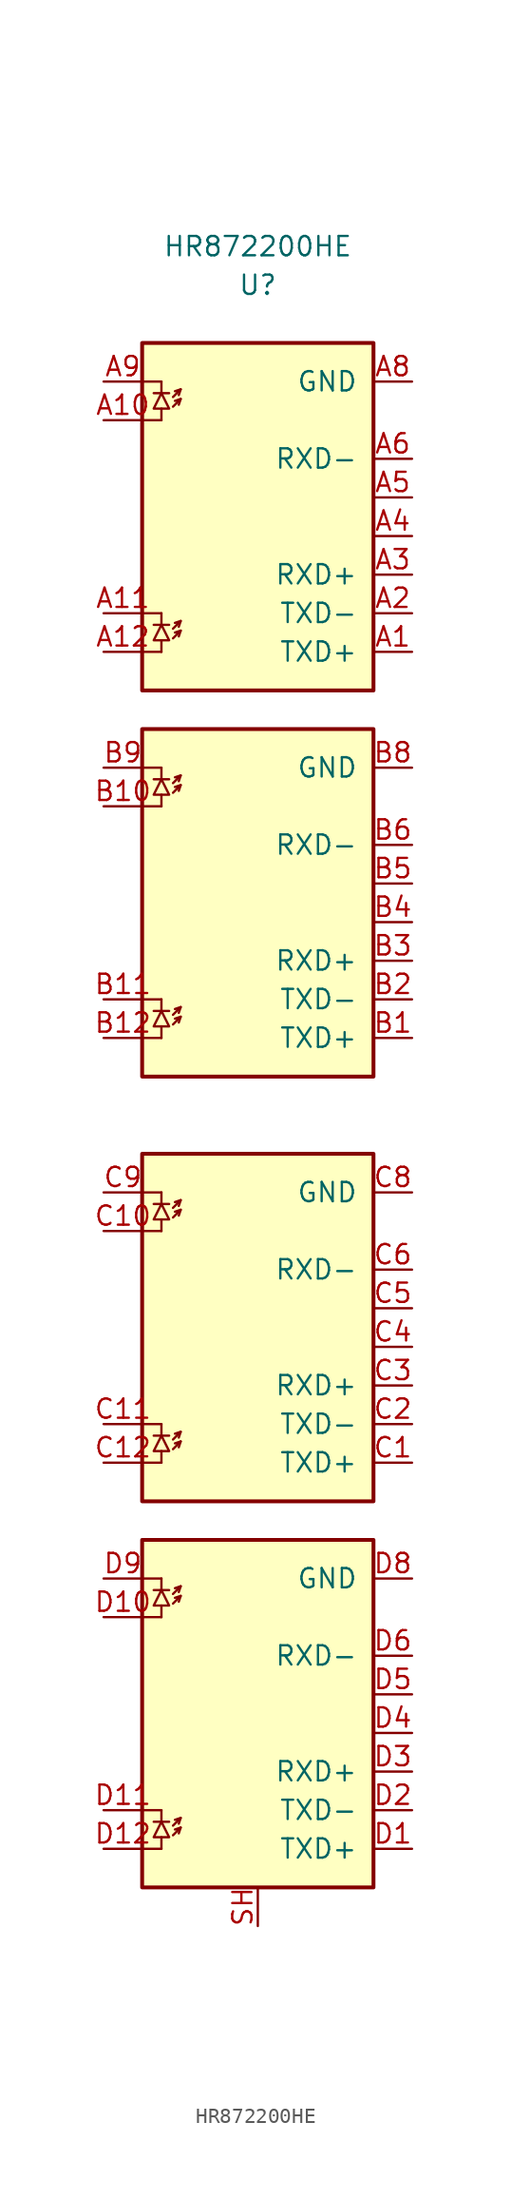
<source format=kicad_sym>
(kicad_symbol_lib
  (version 20211014)
  (generator kicad_symbol_editor)
  (symbol "HR872200HE"
    (pin_names
      (offset 1.016))
    (property "Reference" "U"
      (at 0 54.61 0)
      (effects (font (size 1.27 1.27))))
    (property "Value" "HR872200HE"
      (at 0 57.15 0)
      (effects (font (size 1.27 1.27))))
    (symbol "HR872200HE_1_1"
      (polyline (pts (xy -7.62 -48.26) (xy -6.35 -48.26)) (stroke (width 0) (type default) (color 0 0 0 0)) (fill (type none)))
      (polyline (pts (xy -7.62 -45.72) (xy -6.35 -45.72)) (stroke (width 0) (type default) (color 0 0 0 0)) (fill (type none)))
      (polyline (pts (xy -7.62 -33.02) (xy -6.35 -33.02)) (stroke (width 0) (type default) (color 0 0 0 0)) (fill (type none)))
      (polyline (pts (xy -7.62 -30.48) (xy -6.35 -30.48)) (stroke (width 0) (type default) (color 0 0 0 0)) (fill (type none)))
      (polyline (pts (xy -7.62 -22.86) (xy -6.35 -22.86)) (stroke (width 0) (type default) (color 0 0 0 0)) (fill (type none)))
      (polyline (pts (xy -7.62 -20.32) (xy -6.35 -20.32)) (stroke (width 0) (type default) (color 0 0 0 0)) (fill (type none)))
      (polyline (pts (xy -7.62 -7.62) (xy -6.35 -7.62)) (stroke (width 0) (type default) (color 0 0 0 0)) (fill (type none)))
      (polyline (pts (xy -7.62 -5.08) (xy -6.35 -5.08)) (stroke (width 0) (type default) (color 0 0 0 0)) (fill (type none)))
      (polyline (pts (xy -7.62 5.08) (xy -6.35 5.08)) (stroke (width 0) (type default) (color 0 0 0 0)) (fill (type none)))
      (polyline (pts (xy -7.62 7.62) (xy -6.35 7.62)) (stroke (width 0) (type default) (color 0 0 0 0)) (fill (type none)))
      (polyline (pts (xy -7.62 20.32) (xy -6.35 20.32)) (stroke (width 0) (type default) (color 0 0 0 0)) (fill (type none)))
      (polyline (pts (xy -7.62 22.86) (xy -6.35 22.86)) (stroke (width 0) (type default) (color 0 0 0 0)) (fill (type none)))
      (polyline (pts (xy -7.62 30.48) (xy -6.35 30.48)) (stroke (width 0) (type default) (color 0 0 0 0)) (fill (type none)))
      (polyline (pts (xy -7.62 33.02) (xy -6.35 33.02)) (stroke (width 0) (type default) (color 0 0 0 0)) (fill (type none)))
      (polyline (pts (xy -7.62 45.72) (xy -6.35 45.72)) (stroke (width 0) (type default) (color 0 0 0 0)) (fill (type none)))
      (polyline (pts (xy -7.62 48.26) (xy -6.35 48.26)) (stroke (width 0) (type default) (color 0 0 0 0)) (fill (type none)))
      (polyline (pts (xy -6.858 -46.482) (xy -5.842 -46.482)) (stroke (width 0) (type default) (color 0 0 0 0)) (fill (type none)))
      (polyline (pts (xy -6.858 -31.242) (xy -5.842 -31.242)) (stroke (width 0) (type default) (color 0 0 0 0)) (fill (type none)))
      (polyline (pts (xy -6.858 -21.082) (xy -5.842 -21.082)) (stroke (width 0) (type default) (color 0 0 0 0)) (fill (type none)))
      (polyline (pts (xy -6.858 -5.842) (xy -5.842 -5.842)) (stroke (width 0) (type default) (color 0 0 0 0)) (fill (type none)))
      (polyline (pts (xy -6.858 6.858) (xy -5.842 6.858)) (stroke (width 0) (type default) (color 0 0 0 0)) (fill (type none)))
      (polyline (pts (xy -6.858 22.098) (xy -5.842 22.098)) (stroke (width 0) (type default) (color 0 0 0 0)) (fill (type none)))
      (polyline (pts (xy -6.858 32.258) (xy -5.842 32.258)) (stroke (width 0) (type default) (color 0 0 0 0)) (fill (type none)))
      (polyline (pts (xy -6.858 47.498) (xy -5.842 47.498)) (stroke (width 0) (type default) (color 0 0 0 0)) (fill (type none)))
      (polyline (pts (xy -6.35 -48.26) (xy -6.35 -47.498)) (stroke (width 0) (type default) (color 0 0 0 0)) (fill (type none)))
      (polyline (pts (xy -6.35 -45.72) (xy -6.35 -46.482)) (stroke (width 0) (type default) (color 0 0 0 0)) (fill (type none)))
      (polyline (pts (xy -6.35 -33.02) (xy -6.35 -32.258)) (stroke (width 0) (type default) (color 0 0 0 0)) (fill (type none)))
      (polyline (pts (xy -6.35 -30.48) (xy -6.35 -31.242)) (stroke (width 0) (type default) (color 0 0 0 0)) (fill (type none)))
      (polyline (pts (xy -6.35 -22.86) (xy -6.35 -22.098)) (stroke (width 0) (type default) (color 0 0 0 0)) (fill (type none)))
      (polyline (pts (xy -6.35 -20.32) (xy -6.35 -21.082)) (stroke (width 0) (type default) (color 0 0 0 0)) (fill (type none)))
      (polyline (pts (xy -6.35 -7.62) (xy -6.35 -6.858)) (stroke (width 0) (type default) (color 0 0 0 0)) (fill (type none)))
      (polyline (pts (xy -6.35 -5.08) (xy -6.35 -5.842)) (stroke (width 0) (type default) (color 0 0 0 0)) (fill (type none)))
      (polyline (pts (xy -6.35 5.08) (xy -6.35 5.842)) (stroke (width 0) (type default) (color 0 0 0 0)) (fill (type none)))
      (polyline (pts (xy -6.35 7.62) (xy -6.35 6.858)) (stroke (width 0) (type default) (color 0 0 0 0)) (fill (type none)))
      (polyline (pts (xy -6.35 20.32) (xy -6.35 21.082)) (stroke (width 0) (type default) (color 0 0 0 0)) (fill (type none)))
      (polyline (pts (xy -6.35 22.86) (xy -6.35 22.098)) (stroke (width 0) (type default) (color 0 0 0 0)) (fill (type none)))
      (polyline (pts (xy -6.35 30.48) (xy -6.35 31.242)) (stroke (width 0) (type default) (color 0 0 0 0)) (fill (type none)))
      (polyline (pts (xy -6.35 33.02) (xy -6.35 32.258)) (stroke (width 0) (type default) (color 0 0 0 0)) (fill (type none)))
      (polyline (pts (xy -6.35 45.72) (xy -6.35 46.482)) (stroke (width 0) (type default) (color 0 0 0 0)) (fill (type none)))
      (polyline (pts (xy -6.35 48.26) (xy -6.35 47.498)) (stroke (width 0) (type default) (color 0 0 0 0)) (fill (type none)))
      (polyline (pts (xy -5.08 -46.863) (xy -5.207 -47.244)) (stroke (width 0) (type default) (color 0 0 0 0)) (fill (type none)))
      (polyline (pts (xy -5.08 -46.228) (xy -5.207 -46.609)) (stroke (width 0) (type default) (color 0 0 0 0)) (fill (type none)))
      (polyline (pts (xy -5.08 -31.623) (xy -5.207 -32.004)) (stroke (width 0) (type default) (color 0 0 0 0)) (fill (type none)))
      (polyline (pts (xy -5.08 -30.988) (xy -5.207 -31.369)) (stroke (width 0) (type default) (color 0 0 0 0)) (fill (type none)))
      (polyline (pts (xy -5.08 -21.463) (xy -5.207 -21.844)) (stroke (width 0) (type default) (color 0 0 0 0)) (fill (type none)))
      (polyline (pts (xy -5.08 -20.828) (xy -5.207 -21.209)) (stroke (width 0) (type default) (color 0 0 0 0)) (fill (type none)))
      (polyline (pts (xy -5.08 -6.223) (xy -5.207 -6.604)) (stroke (width 0) (type default) (color 0 0 0 0)) (fill (type none)))
      (polyline (pts (xy -5.08 -5.588) (xy -5.207 -5.969)) (stroke (width 0) (type default) (color 0 0 0 0)) (fill (type none)))
      (polyline (pts (xy -5.08 6.477) (xy -5.207 6.096)) (stroke (width 0) (type default) (color 0 0 0 0)) (fill (type none)))
      (polyline (pts (xy -5.08 7.112) (xy -5.207 6.731)) (stroke (width 0) (type default) (color 0 0 0 0)) (fill (type none)))
      (polyline (pts (xy -5.08 21.717) (xy -5.207 21.336)) (stroke (width 0) (type default) (color 0 0 0 0)) (fill (type none)))
      (polyline (pts (xy -5.08 22.352) (xy -5.207 21.971)) (stroke (width 0) (type default) (color 0 0 0 0)) (fill (type none)))
      (polyline (pts (xy -5.08 31.877) (xy -5.207 31.496)) (stroke (width 0) (type default) (color 0 0 0 0)) (fill (type none)))
      (polyline (pts (xy -5.08 32.512) (xy -5.207 32.131)) (stroke (width 0) (type default) (color 0 0 0 0)) (fill (type none)))
      (polyline (pts (xy -5.08 47.117) (xy -5.207 46.736)) (stroke (width 0) (type default) (color 0 0 0 0)) (fill (type none)))
      (polyline (pts (xy -5.08 47.752) (xy -5.207 47.371)) (stroke (width 0) (type default) (color 0 0 0 0)) (fill (type none)))
      (polyline (pts (xy -5.588 -47.371) (xy -5.08 -46.863) (xy -5.461 -46.99)) (stroke (width 0) (type default) (color 0 0 0 0)) (fill (type none)))
      (polyline (pts (xy -5.588 -46.736) (xy -5.08 -46.228) (xy -5.461 -46.355)) (stroke (width 0) (type default) (color 0 0 0 0)) (fill (type none)))
      (polyline (pts (xy -5.588 -32.131) (xy -5.08 -31.623) (xy -5.461 -31.75)) (stroke (width 0) (type default) (color 0 0 0 0)) (fill (type none)))
      (polyline (pts (xy -5.588 -31.496) (xy -5.08 -30.988) (xy -5.461 -31.115)) (stroke (width 0) (type default) (color 0 0 0 0)) (fill (type none)))
      (polyline (pts (xy -5.588 -21.971) (xy -5.08 -21.463) (xy -5.461 -21.59)) (stroke (width 0) (type default) (color 0 0 0 0)) (fill (type none)))
      (polyline (pts (xy -5.588 -21.336) (xy -5.08 -20.828) (xy -5.461 -20.955)) (stroke (width 0) (type default) (color 0 0 0 0)) (fill (type none)))
      (polyline (pts (xy -5.588 -6.731) (xy -5.08 -6.223) (xy -5.461 -6.35)) (stroke (width 0) (type default) (color 0 0 0 0)) (fill (type none)))
      (polyline (pts (xy -5.588 -6.096) (xy -5.08 -5.588) (xy -5.461 -5.715)) (stroke (width 0) (type default) (color 0 0 0 0)) (fill (type none)))
      (polyline (pts (xy -5.588 5.969) (xy -5.08 6.477) (xy -5.461 6.35)) (stroke (width 0) (type default) (color 0 0 0 0)) (fill (type none)))
      (polyline (pts (xy -5.588 6.604) (xy -5.08 7.112) (xy -5.461 6.985)) (stroke (width 0) (type default) (color 0 0 0 0)) (fill (type none)))
      (polyline (pts (xy -5.588 21.209) (xy -5.08 21.717) (xy -5.461 21.59)) (stroke (width 0) (type default) (color 0 0 0 0)) (fill (type none)))
      (polyline (pts (xy -5.588 21.844) (xy -5.08 22.352) (xy -5.461 22.225)) (stroke (width 0) (type default) (color 0 0 0 0)) (fill (type none)))
      (polyline (pts (xy -5.588 31.369) (xy -5.08 31.877) (xy -5.461 31.75)) (stroke (width 0) (type default) (color 0 0 0 0)) (fill (type none)))
      (polyline (pts (xy -5.588 32.004) (xy -5.08 32.512) (xy -5.461 32.385)) (stroke (width 0) (type default) (color 0 0 0 0)) (fill (type none)))
      (polyline (pts (xy -5.588 46.609) (xy -5.08 47.117) (xy -5.461 46.99)) (stroke (width 0) (type default) (color 0 0 0 0)) (fill (type none)))
      (polyline (pts (xy -5.588 47.244) (xy -5.08 47.752) (xy -5.461 47.625)) (stroke (width 0) (type default) (color 0 0 0 0)) (fill (type none)))
      (polyline (pts (xy -6.35 -46.482) (xy -6.858 -47.498) (xy -5.842 -47.498) (xy -6.35 -46.482)) (stroke (width 0) (type default) (color 0 0 0 0)) (fill (type none)))
      (polyline (pts (xy -6.35 -31.242) (xy -6.858 -32.258) (xy -5.842 -32.258) (xy -6.35 -31.242)) (stroke (width 0) (type default) (color 0 0 0 0)) (fill (type none)))
      (polyline (pts (xy -6.35 -21.082) (xy -6.858 -22.098) (xy -5.842 -22.098) (xy -6.35 -21.082)) (stroke (width 0) (type default) (color 0 0 0 0)) (fill (type none)))
      (polyline (pts (xy -6.35 -5.842) (xy -6.858 -6.858) (xy -5.842 -6.858) (xy -6.35 -5.842)) (stroke (width 0) (type default) (color 0 0 0 0)) (fill (type none)))
      (polyline (pts (xy -6.35 6.858) (xy -6.858 5.842) (xy -5.842 5.842) (xy -6.35 6.858)) (stroke (width 0) (type default) (color 0 0 0 0)) (fill (type none)))
      (polyline (pts (xy -6.35 22.098) (xy -6.858 21.082) (xy -5.842 21.082) (xy -6.35 22.098)) (stroke (width 0) (type default) (color 0 0 0 0)) (fill (type none)))
      (polyline (pts (xy -6.35 32.258) (xy -6.858 31.242) (xy -5.842 31.242) (xy -6.35 32.258)) (stroke (width 0) (type default) (color 0 0 0 0)) (fill (type none)))
      (polyline (pts (xy -6.35 47.498) (xy -6.858 46.482) (xy -5.842 46.482) (xy -6.35 47.498)) (stroke (width 0) (type default) (color 0 0 0 0)) (fill (type none)))
      (rectangle (start 7.62 -27.94) (end -7.62 -50.8) (stroke (width 0.254) (type default) (color 0 0 0 0)) (fill (type background)))
      (rectangle (start 7.62 -2.54) (end -7.62 -25.4) (stroke (width 0.254) (type default) (color 0 0 0 0)) (fill (type background)))
      (rectangle (start 7.62 25.4) (end -7.62 2.54) (stroke (width 0.254) (type default) (color 0 0 0 0)) (fill (type background)))
      (rectangle (start 7.62 50.8) (end -7.62 27.94) (stroke (width 0.254) (type default) (color 0 0 0 0)) (fill (type background)))
      (pin passive line (at 10.16 30.48 180) (length 2.54) (name "TXD+" (effects (font (size 1.27 1.27)))) (number "A1" (effects (font (size 1.27 1.27)))))
      (pin passive line (at -10.16 45.72 0) (length 2.54) (name "~" (effects (font (size 1.27 1.27)))) (number "A10" (effects (font (size 1.27 1.27)))))
      (pin passive line (at -10.16 33.02 0) (length 2.54) (name "~" (effects (font (size 1.27 1.27)))) (number "A11" (effects (font (size 1.27 1.27)))))
      (pin passive line (at -10.16 30.48 0) (length 2.54) (name "~" (effects (font (size 1.27 1.27)))) (number "A12" (effects (font (size 1.27 1.27)))))
      (pin passive line (at 10.16 33.02 180) (length 2.54) (name "TXD-" (effects (font (size 1.27 1.27)))) (number "A2" (effects (font (size 1.27 1.27)))))
      (pin passive line (at 10.16 35.56 180) (length 2.54) (name "RXD+" (effects (font (size 1.27 1.27)))) (number "A3" (effects (font (size 1.27 1.27)))))
      (pin passive line (at 10.16 38.1 180) (length 2.54) (name "~" (effects (font (size 1.27 1.27)))) (number "A4" (effects (font (size 1.27 1.27)))))
      (pin passive line (at 10.16 40.64 180) (length 2.54) (name "~" (effects (font (size 1.27 1.27)))) (number "A5" (effects (font (size 1.27 1.27)))))
      (pin passive line (at 10.16 43.18 180) (length 2.54) (name "RXD-" (effects (font (size 1.27 1.27)))) (number "A6" (effects (font (size 1.27 1.27)))))
      (pin passive line (at 10.16 45.72 180) (length 2.54) hide (name "NC" (effects (font (size 1.27 1.27)))) (number "A7" (effects (font (size 1.27 1.27)))))
      (pin passive line (at 10.16 48.26 180) (length 2.54) (name "GND" (effects (font (size 1.27 1.27)))) (number "A8" (effects (font (size 1.27 1.27)))))
      (pin passive line (at -10.16 48.26 0) (length 2.54) (name "~" (effects (font (size 1.27 1.27)))) (number "A9" (effects (font (size 1.27 1.27)))))
      (pin passive line (at 10.16 5.08 180) (length 2.54) (name "TXD+" (effects (font (size 1.27 1.27)))) (number "B1" (effects (font (size 1.27 1.27)))))
      (pin passive line (at -10.16 20.32 0) (length 2.54) (name "~" (effects (font (size 1.27 1.27)))) (number "B10" (effects (font (size 1.27 1.27)))))
      (pin passive line (at -10.16 7.62 0) (length 2.54) (name "~" (effects (font (size 1.27 1.27)))) (number "B11" (effects (font (size 1.27 1.27)))))
      (pin passive line (at -10.16 5.08 0) (length 2.54) (name "~" (effects (font (size 1.27 1.27)))) (number "B12" (effects (font (size 1.27 1.27)))))
      (pin passive line (at 10.16 7.62 180) (length 2.54) (name "TXD-" (effects (font (size 1.27 1.27)))) (number "B2" (effects (font (size 1.27 1.27)))))
      (pin passive line (at 10.16 10.16 180) (length 2.54) (name "RXD+" (effects (font (size 1.27 1.27)))) (number "B3" (effects (font (size 1.27 1.27)))))
      (pin passive line (at 10.16 12.7 180) (length 2.54) (name "~" (effects (font (size 1.27 1.27)))) (number "B4" (effects (font (size 1.27 1.27)))))
      (pin passive line (at 10.16 15.24 180) (length 2.54) (name "~" (effects (font (size 1.27 1.27)))) (number "B5" (effects (font (size 1.27 1.27)))))
      (pin passive line (at 10.16 17.78 180) (length 2.54) (name "RXD-" (effects (font (size 1.27 1.27)))) (number "B6" (effects (font (size 1.27 1.27)))))
      (pin passive line (at 10.16 20.32 180) (length 2.54) hide (name "NC" (effects (font (size 1.27 1.27)))) (number "B7" (effects (font (size 1.27 1.27)))))
      (pin passive line (at 10.16 22.86 180) (length 2.54) (name "GND" (effects (font (size 1.27 1.27)))) (number "B8" (effects (font (size 1.27 1.27)))))
      (pin passive line (at -10.16 22.86 0) (length 2.54) (name "~" (effects (font (size 1.27 1.27)))) (number "B9" (effects (font (size 1.27 1.27)))))
      (pin passive line (at 10.16 -22.86 180) (length 2.54) (name "TXD+" (effects (font (size 1.27 1.27)))) (number "C1" (effects (font (size 1.27 1.27)))))
      (pin passive line (at -10.16 -7.62 0) (length 2.54) (name "~" (effects (font (size 1.27 1.27)))) (number "C10" (effects (font (size 1.27 1.27)))))
      (pin passive line (at -10.16 -20.32 0) (length 2.54) (name "~" (effects (font (size 1.27 1.27)))) (number "C11" (effects (font (size 1.27 1.27)))))
      (pin passive line (at -10.16 -22.86 0) (length 2.54) (name "~" (effects (font (size 1.27 1.27)))) (number "C12" (effects (font (size 1.27 1.27)))))
      (pin passive line (at 10.16 -20.32 180) (length 2.54) (name "TXD-" (effects (font (size 1.27 1.27)))) (number "C2" (effects (font (size 1.27 1.27)))))
      (pin passive line (at 10.16 -17.78 180) (length 2.54) (name "RXD+" (effects (font (size 1.27 1.27)))) (number "C3" (effects (font (size 1.27 1.27)))))
      (pin passive line (at 10.16 -15.24 180) (length 2.54) (name "~" (effects (font (size 1.27 1.27)))) (number "C4" (effects (font (size 1.27 1.27)))))
      (pin passive line (at 10.16 -12.7 180) (length 2.54) (name "~" (effects (font (size 1.27 1.27)))) (number "C5" (effects (font (size 1.27 1.27)))))
      (pin passive line (at 10.16 -10.16 180) (length 2.54) (name "RXD-" (effects (font (size 1.27 1.27)))) (number "C6" (effects (font (size 1.27 1.27)))))
      (pin passive line (at 10.16 -7.62 180) (length 2.54) hide (name "NC" (effects (font (size 1.27 1.27)))) (number "C7" (effects (font (size 1.27 1.27)))))
      (pin passive line (at 10.16 -5.08 180) (length 2.54) (name "GND" (effects (font (size 1.27 1.27)))) (number "C8" (effects (font (size 1.27 1.27)))))
      (pin passive line (at -10.16 -5.08 0) (length 2.54) (name "~" (effects (font (size 1.27 1.27)))) (number "C9" (effects (font (size 1.27 1.27)))))
      (pin passive line (at 10.16 -48.26 180) (length 2.54) (name "TXD+" (effects (font (size 1.27 1.27)))) (number "D1" (effects (font (size 1.27 1.27)))))
      (pin passive line (at -10.16 -33.02 0) (length 2.54) (name "~" (effects (font (size 1.27 1.27)))) (number "D10" (effects (font (size 1.27 1.27)))))
      (pin passive line (at -10.16 -45.72 0) (length 2.54) (name "~" (effects (font (size 1.27 1.27)))) (number "D11" (effects (font (size 1.27 1.27)))))
      (pin passive line (at -10.16 -48.26 0) (length 2.54) (name "~" (effects (font (size 1.27 1.27)))) (number "D12" (effects (font (size 1.27 1.27)))))
      (pin passive line (at 10.16 -45.72 180) (length 2.54) (name "TXD-" (effects (font (size 1.27 1.27)))) (number "D2" (effects (font (size 1.27 1.27)))))
      (pin passive line (at 10.16 -43.18 180) (length 2.54) (name "RXD+" (effects (font (size 1.27 1.27)))) (number "D3" (effects (font (size 1.27 1.27)))))
      (pin passive line (at 10.16 -40.64 180) (length 2.54) (name "~" (effects (font (size 1.27 1.27)))) (number "D4" (effects (font (size 1.27 1.27)))))
      (pin passive line (at 10.16 -38.1 180) (length 2.54) (name "~" (effects (font (size 1.27 1.27)))) (number "D5" (effects (font (size 1.27 1.27)))))
      (pin passive line (at 10.16 -35.56 180) (length 2.54) (name "RXD-" (effects (font (size 1.27 1.27)))) (number "D6" (effects (font (size 1.27 1.27)))))
      (pin passive line (at 10.16 -33.02 180) (length 2.54) hide (name "NC" (effects (font (size 1.27 1.27)))) (number "D7" (effects (font (size 1.27 1.27)))))
      (pin passive line (at 10.16 -30.48 180) (length 2.54) (name "GND" (effects (font (size 1.27 1.27)))) (number "D8" (effects (font (size 1.27 1.27)))))
      (pin passive line (at -10.16 -30.48 0) (length 2.54) (name "~" (effects (font (size 1.27 1.27)))) (number "D9" (effects (font (size 1.27 1.27)))))
      (pin passive line (at 0 -53.34 90) (length 2.54) (name "~" (effects (font (size 1.27 1.27)))) (number "SH" (effects (font (size 1.27 1.27))))))))
</source>
